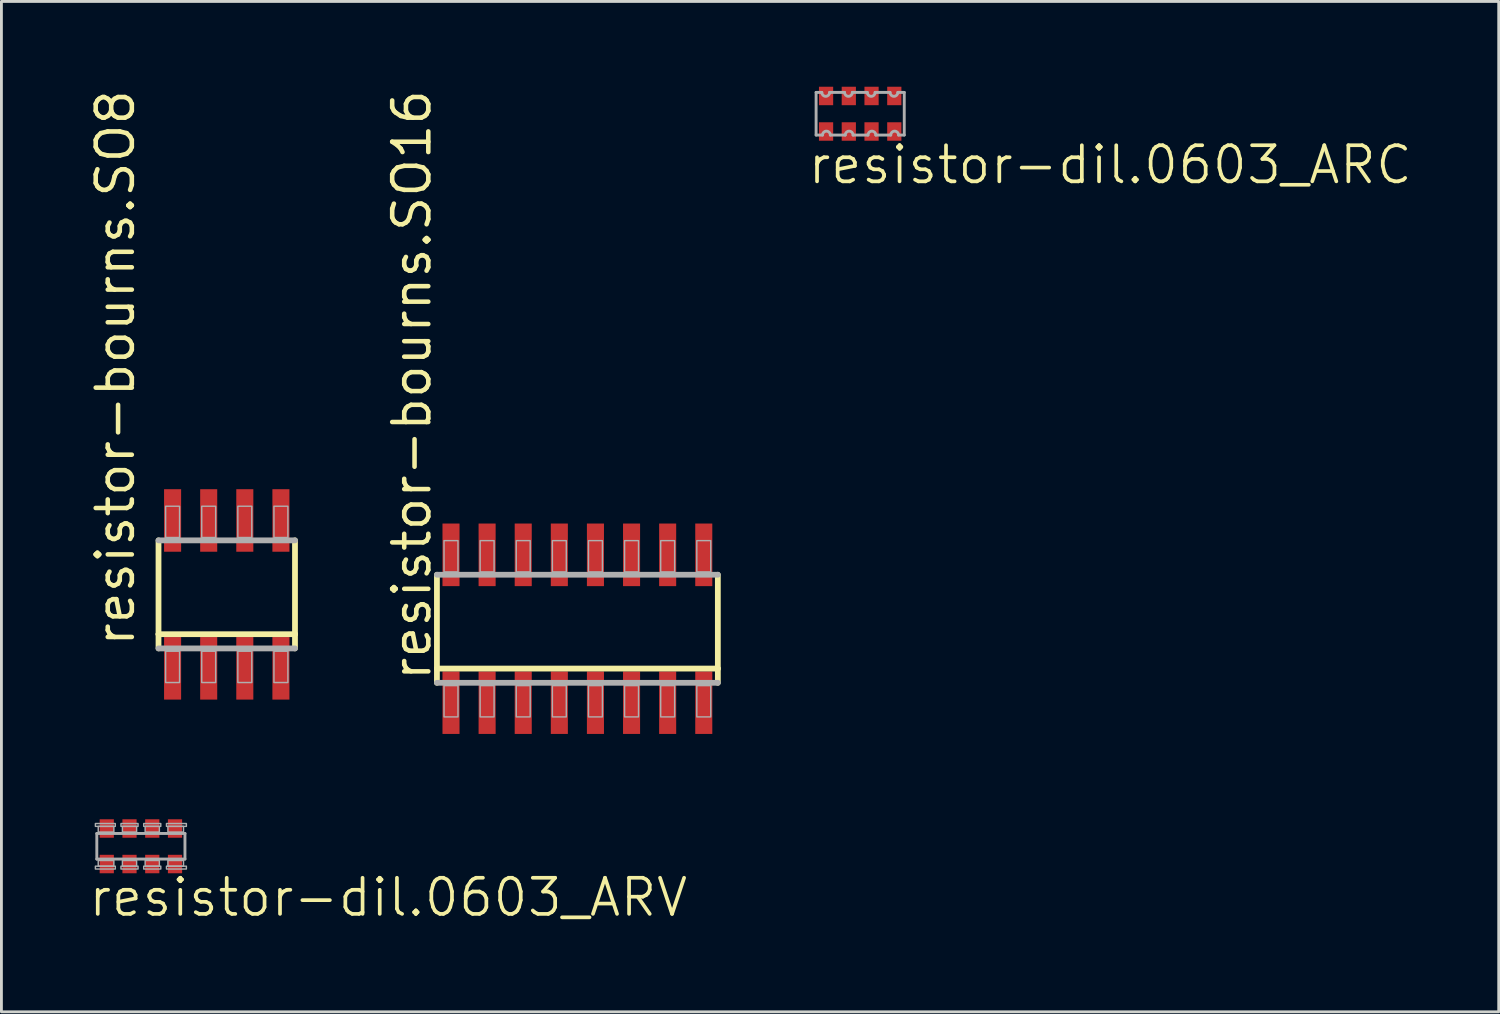
<source format=kicad_pcb>
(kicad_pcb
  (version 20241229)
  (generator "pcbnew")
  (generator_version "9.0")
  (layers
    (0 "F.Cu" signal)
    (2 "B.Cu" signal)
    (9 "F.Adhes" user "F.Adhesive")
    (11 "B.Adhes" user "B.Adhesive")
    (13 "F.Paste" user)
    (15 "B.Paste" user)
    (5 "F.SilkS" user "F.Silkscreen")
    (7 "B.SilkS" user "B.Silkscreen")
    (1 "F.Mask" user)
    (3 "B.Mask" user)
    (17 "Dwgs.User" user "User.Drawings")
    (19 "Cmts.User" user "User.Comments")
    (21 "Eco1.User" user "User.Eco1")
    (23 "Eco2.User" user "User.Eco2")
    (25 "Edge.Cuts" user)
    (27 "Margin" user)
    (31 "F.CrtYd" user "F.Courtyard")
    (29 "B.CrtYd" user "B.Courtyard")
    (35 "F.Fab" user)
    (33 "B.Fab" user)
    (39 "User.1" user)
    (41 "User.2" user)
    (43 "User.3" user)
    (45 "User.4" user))
  (footprint "resistor-dil.0603_ARC"
    (layer "F.Cu")
    (at 27.203 0.95)
    (property "Reference" "resistor-dil.0603_ARC" (at -1.905 2.54 0) (layer "F.SilkS") (effects (font (size 1.27 1.27) (thickness 0.13)) (justify left bottom)))
    (attr smd)
    (fp_line (start -1.55 -0.75) (end -1.35 -0.75) (stroke (width 0.102) (type default)) (layer "F.Fab"))
    (fp_line (start -1.55 0.75) (end -1.55 -0.75) (stroke (width 0.102) (type default)) (layer "F.Fab"))
    (fp_line (start -1.325 0.75) (end -1.55 0.75) (stroke (width 0.102) (type default)) (layer "F.Fab"))
    (fp_line (start -1.075 -0.75) (end -0.55 -0.75) (stroke (width 0.102) (type default)) (layer "F.Fab"))
    (fp_line (start -0.525 0.75) (end -1.05 0.75) (stroke (width 0.102) (type default)) (layer "F.Fab"))
    (fp_line (start -0.275 -0.75) (end 0.25 -0.75) (stroke (width 0.102) (type default)) (layer "F.Fab"))
    (fp_line (start 0.275 0.75) (end -0.25 0.75) (stroke (width 0.102) (type default)) (layer "F.Fab"))
    (fp_line (start 0.525 -0.75) (end 1.05 -0.75) (stroke (width 0.102) (type default)) (layer "F.Fab"))
    (fp_line (start 1.075 0.75) (end 0.55 0.75) (stroke (width 0.102) (type default)) (layer "F.Fab"))
    (fp_line (start 1.325 -0.75) (end 1.55 -0.75) (stroke (width 0.102) (type default)) (layer "F.Fab"))
    (fp_line (start 1.55 -0.75) (end 1.55 0.75) (stroke (width 0.102) (type default)) (layer "F.Fab"))
    (fp_line (start 1.55 0.75) (end 1.35 0.75) (stroke (width 0.102) (type default)) (layer "F.Fab"))
    (fp_arc (start -1.325 0.75) (mid -1.1875 0.6125) (end -1.05 0.75) (stroke (width 0.1016) (type default)) (layer "F.Fab"))
    (fp_arc (start -1.075 -0.75) (mid -1.2125 -0.6125) (end -1.35 -0.75) (stroke (width 0.1016) (type default)) (layer "F.Fab"))
    (fp_arc (start -0.525 0.75) (mid -0.3875 0.6125) (end -0.25 0.75) (stroke (width 0.1016) (type default)) (layer "F.Fab"))
    (fp_arc (start -0.275 -0.75) (mid -0.4125 -0.6125) (end -0.55 -0.75) (stroke (width 0.1016) (type default)) (layer "F.Fab"))
    (fp_arc (start 0.275 0.75) (mid 0.4125 0.6125) (end 0.55 0.75) (stroke (width 0.1016) (type default)) (layer "F.Fab"))
    (fp_arc (start 0.525 -0.75) (mid 0.3875 -0.6125) (end 0.25 -0.75) (stroke (width 0.1016) (type default)) (layer "F.Fab"))
    (fp_arc (start 1.075 0.75) (mid 1.2125 0.6125) (end 1.35 0.75) (stroke (width 0.1016) (type default)) (layer "F.Fab"))
    (fp_arc (start 1.325 -0.75) (mid 1.1875 -0.6125) (end 1.05 -0.75) (stroke (width 0.1016) (type default)) (layer "F.Fab"))
    (pad "1" smd roundrect (at -1.2 0.625) (size 0.5 0.65) (layers "F.Cu" "F.Mask" "F.Paste") (roundrect_rratio 0.01))
    (pad "2" smd roundrect (at -0.4 0.625) (size 0.5 0.65) (layers "F.Cu" "F.Mask" "F.Paste") (roundrect_rratio 0.01))
    (pad "3" smd roundrect (at 0.4 0.625) (size 0.5 0.65) (layers "F.Cu" "F.Mask" "F.Paste") (roundrect_rratio 0.01))
    (pad "4" smd roundrect (at 1.2 0.625) (size 0.5 0.65) (layers "F.Cu" "F.Mask" "F.Paste") (roundrect_rratio 0.01))
    (pad "5" smd roundrect (at 1.2 -0.625) (size 0.5 0.65) (layers "F.Cu" "F.Mask" "F.Paste") (roundrect_rratio 0.01))
    (pad "6" smd roundrect (at 0.4 -0.625) (size 0.5 0.65) (layers "F.Cu" "F.Mask" "F.Paste") (roundrect_rratio 0.01))
    (pad "7" smd roundrect (at -0.4 -0.625) (size 0.5 0.65) (layers "F.Cu" "F.Mask" "F.Paste") (roundrect_rratio 0.01))
    (pad "8" smd roundrect (at -1.2 -0.625) (size 0.5 0.65) (layers "F.Cu" "F.Mask" "F.Paste") (roundrect_rratio 0.01)))
  (footprint "resistor-bourns.SO16"
    (layer "F.Cu")
    (at 17.257 19.064)
    (property "Reference" "resistor-bourns.SO16" (at -5.08 1.905 90) (layer "F.SilkS") (effects (font (size 1.27 1.27) (thickness 0.16)) (justify left bottom)))
    (attr smd)
    (fp_line (start -4.94 1.4) (end -4.94 -1.9) (stroke (width 0.203) (type default)) (layer "F.SilkS"))
    (fp_line (start -4.94 1.9) (end -4.94 1.4) (stroke (width 0.203) (type default)) (layer "F.SilkS"))
    (fp_line (start 4.94 -1.9) (end 4.94 1.4) (stroke (width 0.203) (type default)) (layer "F.SilkS"))
    (fp_line (start 4.94 1.4) (end -4.94 1.4) (stroke (width 0.203) (type default)) (layer "F.SilkS"))
    (fp_line (start 4.94 1.4) (end 4.94 1.9) (stroke (width 0.203) (type default)) (layer "F.SilkS"))
    (fp_line (start -4.94 -1.9) (end 4.94 -1.9) (stroke (width 0.203) (type default)) (layer "F.Fab"))
    (fp_line (start 4.94 1.9) (end -4.94 1.9) (stroke (width 0.203) (type default)) (layer "F.Fab"))
    (fp_rect (start -4.69 -2) (end -4.2 -3.1) (stroke (width 0.05) (type default)) (fill no) (layer "F.Fab"))
    (fp_rect (start -4.69 3.1) (end -4.2 2) (stroke (width 0.05) (type default)) (fill no) (layer "F.Fab"))
    (fp_rect (start -3.42 -2) (end -2.93 -3.1) (stroke (width 0.05) (type default)) (fill no) (layer "F.Fab"))
    (fp_rect (start -3.42 3.1) (end -2.93 2) (stroke (width 0.05) (type default)) (fill no) (layer "F.Fab"))
    (fp_rect (start -2.15 -2) (end -1.66 -3.1) (stroke (width 0.05) (type default)) (fill no) (layer "F.Fab"))
    (fp_rect (start -2.15 3.1) (end -1.66 2) (stroke (width 0.05) (type default)) (fill no) (layer "F.Fab"))
    (fp_rect (start -0.88 -2) (end -0.39 -3.1) (stroke (width 0.05) (type default)) (fill no) (layer "F.Fab"))
    (fp_rect (start -0.88 3.1) (end -0.39 2) (stroke (width 0.05) (type default)) (fill no) (layer "F.Fab"))
    (fp_rect (start 0.39 -2) (end 0.88 -3.1) (stroke (width 0.05) (type default)) (fill no) (layer "F.Fab"))
    (fp_rect (start 0.39 3.1) (end 0.88 2) (stroke (width 0.05) (type default)) (fill no) (layer "F.Fab"))
    (fp_rect (start 1.66 -2) (end 2.15 -3.1) (stroke (width 0.05) (type default)) (fill no) (layer "F.Fab"))
    (fp_rect (start 1.66 3.1) (end 2.15 2) (stroke (width 0.05) (type default)) (fill no) (layer "F.Fab"))
    (fp_rect (start 2.93 -2) (end 3.42 -3.1) (stroke (width 0.05) (type default)) (fill no) (layer "F.Fab"))
    (fp_rect (start 2.93 3.1) (end 3.42 2) (stroke (width 0.05) (type default)) (fill no) (layer "F.Fab"))
    (fp_rect (start 4.2 -2) (end 4.69 -3.1) (stroke (width 0.05) (type default)) (fill no) (layer "F.Fab"))
    (fp_rect (start 4.2 3.1) (end 4.69 2) (stroke (width 0.05) (type default)) (fill no) (layer "F.Fab"))
    (pad "1" smd roundrect (at -4.445 2.6) (size 0.6 2.2) (layers "F.Cu" "F.Mask" "F.Paste") (roundrect_rratio 0.01))
    (pad "2" smd roundrect (at -3.175 2.6) (size 0.6 2.2) (layers "F.Cu" "F.Mask" "F.Paste") (roundrect_rratio 0.01))
    (pad "3" smd roundrect (at -1.905 2.6) (size 0.6 2.2) (layers "F.Cu" "F.Mask" "F.Paste") (roundrect_rratio 0.01))
    (pad "4" smd roundrect (at -0.635 2.6) (size 0.6 2.2) (layers "F.Cu" "F.Mask" "F.Paste") (roundrect_rratio 0.01))
    (pad "5" smd roundrect (at 0.635 2.6) (size 0.6 2.2) (layers "F.Cu" "F.Mask" "F.Paste") (roundrect_rratio 0.01))
    (pad "6" smd roundrect (at 1.905 2.6) (size 0.6 2.2) (layers "F.Cu" "F.Mask" "F.Paste") (roundrect_rratio 0.01))
    (pad "7" smd roundrect (at 3.175 2.6) (size 0.6 2.2) (layers "F.Cu" "F.Mask" "F.Paste") (roundrect_rratio 0.01))
    (pad "8" smd roundrect (at 4.445 2.6) (size 0.6 2.2) (layers "F.Cu" "F.Mask" "F.Paste") (roundrect_rratio 0.01))
    (pad "9" smd roundrect (at 4.445 -2.6) (size 0.6 2.2) (layers "F.Cu" "F.Mask" "F.Paste") (roundrect_rratio 0.01))
    (pad "10" smd roundrect (at 3.175 -2.6) (size 0.6 2.2) (layers "F.Cu" "F.Mask" "F.Paste") (roundrect_rratio 0.01))
    (pad "11" smd roundrect (at 1.905 -2.6) (size 0.6 2.2) (layers "F.Cu" "F.Mask" "F.Paste") (roundrect_rratio 0.01))
    (pad "12" smd roundrect (at 0.635 -2.6) (size 0.6 2.2) (layers "F.Cu" "F.Mask" "F.Paste") (roundrect_rratio 0.01))
    (pad "13" smd roundrect (at -0.635 -2.6) (size 0.6 2.2) (layers "F.Cu" "F.Mask" "F.Paste") (roundrect_rratio 0.01))
    (pad "14" smd roundrect (at -1.905 -2.6) (size 0.6 2.2) (layers "F.Cu" "F.Mask" "F.Paste") (roundrect_rratio 0.01))
    (pad "15" smd roundrect (at -3.175 -2.6) (size 0.6 2.2) (layers "F.Cu" "F.Mask" "F.Paste") (roundrect_rratio 0.01))
    (pad "16" smd roundrect (at -4.445 -2.6) (size 0.6 2.2) (layers "F.Cu" "F.Mask" "F.Paste") (roundrect_rratio 0.01)))
  (footprint "resistor-bourns.SO8"
    (layer "F.Cu")
    (at 4.925 17.855)
    (property "Reference" "resistor-bourns.SO8" (at -3.175 1.905 90) (layer "F.SilkS") (effects (font (size 1.27 1.27) (thickness 0.16)) (justify left bottom)))
    (attr smd)
    (fp_line (start -2.4 1.4) (end -2.4 -1.9) (stroke (width 0.203) (type default)) (layer "F.SilkS"))
    (fp_line (start -2.4 1.9) (end -2.4 1.4) (stroke (width 0.203) (type default)) (layer "F.SilkS"))
    (fp_line (start 2.4 -1.9) (end 2.4 1.4) (stroke (width 0.203) (type default)) (layer "F.SilkS"))
    (fp_line (start 2.4 1.4) (end -2.4 1.4) (stroke (width 0.203) (type default)) (layer "F.SilkS"))
    (fp_line (start 2.4 1.4) (end 2.4 1.9) (stroke (width 0.203) (type default)) (layer "F.SilkS"))
    (fp_line (start -2.4 -1.9) (end 2.4 -1.9) (stroke (width 0.203) (type default)) (layer "F.Fab"))
    (fp_line (start 2.4 1.9) (end -2.4 1.9) (stroke (width 0.203) (type default)) (layer "F.Fab"))
    (fp_rect (start -2.15 -2) (end -1.66 -3.1) (stroke (width 0.05) (type default)) (fill no) (layer "F.Fab"))
    (fp_rect (start -2.15 3.1) (end -1.66 2) (stroke (width 0.05) (type default)) (fill no) (layer "F.Fab"))
    (fp_rect (start -0.88 -2) (end -0.39 -3.1) (stroke (width 0.05) (type default)) (fill no) (layer "F.Fab"))
    (fp_rect (start -0.88 3.1) (end -0.39 2) (stroke (width 0.05) (type default)) (fill no) (layer "F.Fab"))
    (fp_rect (start 0.39 -2) (end 0.88 -3.1) (stroke (width 0.05) (type default)) (fill no) (layer "F.Fab"))
    (fp_rect (start 0.39 3.1) (end 0.88 2) (stroke (width 0.05) (type default)) (fill no) (layer "F.Fab"))
    (fp_rect (start 1.66 -2) (end 2.15 -3.1) (stroke (width 0.05) (type default)) (fill no) (layer "F.Fab"))
    (fp_rect (start 1.66 3.1) (end 2.15 2) (stroke (width 0.05) (type default)) (fill no) (layer "F.Fab"))
    (pad "1" smd roundrect (at -1.905 2.6) (size 0.6 2.2) (layers "F.Cu" "F.Mask" "F.Paste") (roundrect_rratio 0.01))
    (pad "2" smd roundrect (at -0.635 2.6) (size 0.6 2.2) (layers "F.Cu" "F.Mask" "F.Paste") (roundrect_rratio 0.01))
    (pad "3" smd roundrect (at 0.635 2.6) (size 0.6 2.2) (layers "F.Cu" "F.Mask" "F.Paste") (roundrect_rratio 0.01))
    (pad "4" smd roundrect (at 1.905 2.6) (size 0.6 2.2) (layers "F.Cu" "F.Mask" "F.Paste") (roundrect_rratio 0.01))
    (pad "5" smd roundrect (at 1.905 -2.6) (size 0.6 2.2) (layers "F.Cu" "F.Mask" "F.Paste") (roundrect_rratio 0.01))
    (pad "6" smd roundrect (at 0.635 -2.6) (size 0.6 2.2) (layers "F.Cu" "F.Mask" "F.Paste") (roundrect_rratio 0.01))
    (pad "7" smd roundrect (at -0.635 -2.6) (size 0.6 2.2) (layers "F.Cu" "F.Mask" "F.Paste") (roundrect_rratio 0.01))
    (pad "8" smd roundrect (at -1.905 -2.6) (size 0.6 2.2) (layers "F.Cu" "F.Mask" "F.Paste") (roundrect_rratio 0.01)))
  (footprint "resistor-dil.0603_ARV"
    (layer "F.Cu")
    (at 1.905 26.714)
    (property "Reference" "resistor-dil.0603_ARV" (at -1.905 2.54 0) (layer "F.SilkS") (effects (font (size 1.27 1.27) (thickness 0.13)) (justify left bottom)))
    (attr smd)
    (fp_line (start -1.55 -0.45) (end 1.55 -0.45) (stroke (width 0.102) (type default)) (layer "F.Fab"))
    (fp_line (start -1.55 0.45) (end -1.55 -0.45) (stroke (width 0.102) (type default)) (layer "F.Fab"))
    (fp_line (start 1.55 -0.45) (end 1.55 0.45) (stroke (width 0.102) (type default)) (layer "F.Fab"))
    (fp_line (start 1.55 0.45) (end -1.55 0.45) (stroke (width 0.102) (type default)) (layer "F.Fab"))
    (fp_rect (start -1.6 -0.7) (end -0.9 -0.8) (stroke (width 0.05) (type default)) (fill no) (layer "F.Fab"))
    (fp_rect (start -1.6 0.8) (end -0.9 0.7) (stroke (width 0.05) (type default)) (fill no) (layer "F.Fab"))
    (fp_rect (start -1.5 -0.5) (end -0.95 -0.7) (stroke (width 0.05) (type default)) (fill no) (layer "F.Fab"))
    (fp_rect (start -1.5 0.7) (end -0.95 0.5) (stroke (width 0.05) (type default)) (fill no) (layer "F.Fab"))
    (fp_rect (start -0.7 -0.7) (end -0.1 -0.8) (stroke (width 0.05) (type default)) (fill no) (layer "F.Fab"))
    (fp_rect (start -0.7 0.8) (end -0.1 0.7) (stroke (width 0.05) (type default)) (fill no) (layer "F.Fab"))
    (fp_rect (start -0.65 -0.5) (end -0.15 -0.7) (stroke (width 0.05) (type default)) (fill no) (layer "F.Fab"))
    (fp_rect (start -0.65 0.7) (end -0.15 0.5) (stroke (width 0.05) (type default)) (fill no) (layer "F.Fab"))
    (fp_rect (start 0.1 -0.7) (end 0.7 -0.8) (stroke (width 0.05) (type default)) (fill no) (layer "F.Fab"))
    (fp_rect (start 0.1 0.8) (end 0.7 0.7) (stroke (width 0.05) (type default)) (fill no) (layer "F.Fab"))
    (fp_rect (start 0.15 -0.5) (end 0.65 -0.7) (stroke (width 0.05) (type default)) (fill no) (layer "F.Fab"))
    (fp_rect (start 0.15 0.7) (end 0.65 0.5) (stroke (width 0.05) (type default)) (fill no) (layer "F.Fab"))
    (fp_rect (start 0.9 -0.7) (end 1.6 -0.8) (stroke (width 0.05) (type default)) (fill no) (layer "F.Fab"))
    (fp_rect (start 0.9 0.8) (end 1.6 0.7) (stroke (width 0.05) (type default)) (fill no) (layer "F.Fab"))
    (fp_rect (start 0.95 -0.5) (end 1.5 -0.7) (stroke (width 0.05) (type default)) (fill no) (layer "F.Fab"))
    (fp_rect (start 0.95 0.7) (end 1.5 0.5) (stroke (width 0.05) (type default)) (fill no) (layer "F.Fab"))
    (pad "1" smd roundrect (at -1.2 0.625) (size 0.5 0.65) (layers "F.Cu" "F.Mask" "F.Paste") (roundrect_rratio 0.01))
    (pad "2" smd roundrect (at -0.4 0.625) (size 0.5 0.65) (layers "F.Cu" "F.Mask" "F.Paste") (roundrect_rratio 0.01))
    (pad "3" smd roundrect (at 0.4 0.625) (size 0.5 0.65) (layers "F.Cu" "F.Mask" "F.Paste") (roundrect_rratio 0.01))
    (pad "4" smd roundrect (at 1.2 0.625) (size 0.5 0.65) (layers "F.Cu" "F.Mask" "F.Paste") (roundrect_rratio 0.01))
    (pad "5" smd roundrect (at 1.2 -0.625) (size 0.5 0.65) (layers "F.Cu" "F.Mask" "F.Paste") (roundrect_rratio 0.01))
    (pad "6" smd roundrect (at 0.4 -0.625) (size 0.5 0.65) (layers "F.Cu" "F.Mask" "F.Paste") (roundrect_rratio 0.01))
    (pad "7" smd roundrect (at -0.4 -0.625) (size 0.5 0.65) (layers "F.Cu" "F.Mask" "F.Paste") (roundrect_rratio 0.01))
    (pad "8" smd roundrect (at -1.2 -0.625) (size 0.5 0.65) (layers "F.Cu" "F.Mask" "F.Paste") (roundrect_rratio 0.01)))
  (gr_rect
    (start -3 -3)
    (end 49.661 32.537)
    (stroke (width 0.1) (type default))
    (fill no)
    (layer "Edge.Cuts")))
</source>
